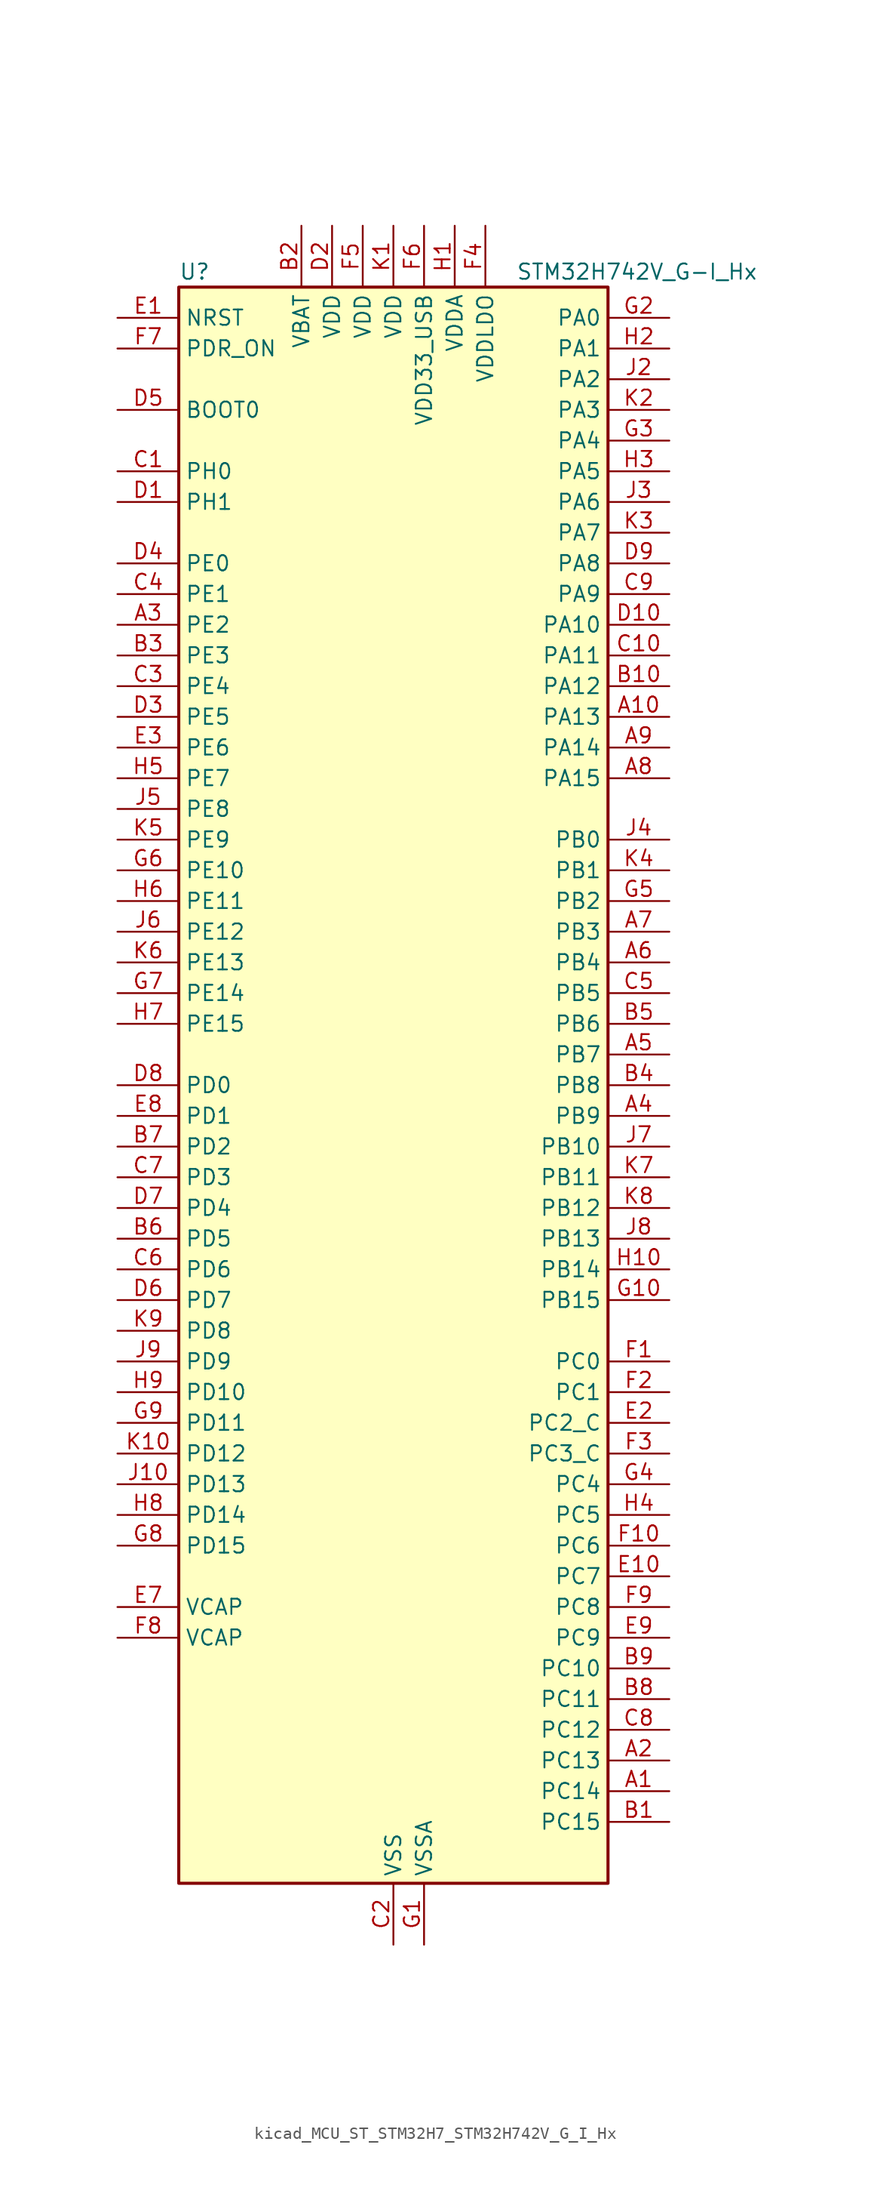
<source format=kicad_sym>
(kicad_symbol_lib
  (version 20220914)
  (generator kicad_symbol_editor)
  (symbol "kicad_MCU_ST_STM32H7_STM32H742V_G_I_Hx"
    (property "Reference" "U"
      (at -17.78 67.31 0)
      (effects (font (size 1.27 1.27)) (justify left)))
    (property "Value" "STM32H742V_G-I_Hx"
      (at 10.16 67.31 0)
      (effects (font (size 1.27 1.27)) (justify left)))
    (property "ki_locked" ""
      (at 0 0 0)
      (effects (font (size 1.27 1.27))))
    (symbol "kicad_MCU_ST_STM32H7_STM32H742V_G_I_Hx_0_1"
      (rectangle (start -17.78 -66.04) (end 17.78 66.04) (stroke (width 0.254) (type default)) (fill (type background))))
    (symbol "kicad_MCU_ST_STM32H7_STM32H742V_G_I_Hx_1_1"
      (pin bidirectional line (at 22.86 -58.42 180) (length 5.08) (name "PC14" (effects (font (size 1.27 1.27)))) (number "A1" (effects (font (size 1.27 1.27)))) (alternate "RCC_OSC32_IN" bidirectional line))
      (pin bidirectional line (at 22.86 30.48 180) (length 5.08) (name "PA13" (effects (font (size 1.27 1.27)))) (number "A10" (effects (font (size 1.27 1.27)))) (alternate "DEBUG_JTMS-SWDIO" bidirectional line))
      (pin bidirectional line (at 22.86 -55.88 180) (length 5.08) (name "PC13" (effects (font (size 1.27 1.27)))) (number "A2" (effects (font (size 1.27 1.27)))) (alternate "PWR_WKUP2" bidirectional line) (alternate "RTC_OUT_ALARM" bidirectional line) (alternate "RTC_OUT_CALIB" bidirectional line) (alternate "RTC_TAMP1" bidirectional line) (alternate "RTC_TS" bidirectional line))
      (pin bidirectional line (at -22.86 38.1 0) (length 5.08) (name "PE2" (effects (font (size 1.27 1.27)))) (number "A3" (effects (font (size 1.27 1.27)))) (alternate "DEBUG_TRACECLK" bidirectional line) (alternate "ETH_TXD3" bidirectional line) (alternate "FMC_A23" bidirectional line) (alternate "QUADSPI_BK1_IO2" bidirectional line) (alternate "SAI1_CK1" bidirectional line) (alternate "SAI1_MCLK_A" bidirectional line) (alternate "SAI4_CK1" bidirectional line) (alternate "SAI4_MCLK_A" bidirectional line) (alternate "SPI4_SCK" bidirectional line))
      (pin bidirectional line (at 22.86 -2.54 180) (length 5.08) (name "PB9" (effects (font (size 1.27 1.27)))) (number "A4" (effects (font (size 1.27 1.27)))) (alternate "DAC1_EXTI9" bidirectional line) (alternate "DCMI_D7" bidirectional line) (alternate "DFSDM1_DATIN7" bidirectional line) (alternate "FDCAN1_TX" bidirectional line) (alternate "I2C1_SDA" bidirectional line) (alternate "I2C4_SDA" bidirectional line) (alternate "I2C4_SMBA" bidirectional line) (alternate "I2S2_WS" bidirectional line) (alternate "SDMMC1_CDIR" bidirectional line) (alternate "SDMMC1_D5" bidirectional line) (alternate "SDMMC2_D5" bidirectional line) (alternate "SPI2_NSS" bidirectional line) (alternate "TIM17_CH1" bidirectional line) (alternate "TIM4_CH4" bidirectional line) (alternate "UART4_TX" bidirectional line))
      (pin bidirectional line (at 22.86 2.54 180) (length 5.08) (name "PB7" (effects (font (size 1.27 1.27)))) (number "A5" (effects (font (size 1.27 1.27)))) (alternate "DCMI_VSYNC" bidirectional line) (alternate "DFSDM1_CKIN5" bidirectional line) (alternate "FMC_NL" bidirectional line) (alternate "HRTIM_EEV9" bidirectional line) (alternate "I2C1_SDA" bidirectional line) (alternate "I2C4_SDA" bidirectional line) (alternate "LPUART1_RX" bidirectional line) (alternate "PWR_PVD_IN" bidirectional line) (alternate "TIM17_CH1N" bidirectional line) (alternate "TIM4_CH2" bidirectional line) (alternate "USART1_RX" bidirectional line))
      (pin bidirectional line (at 22.86 10.16 180) (length 5.08) (name "PB4" (effects (font (size 1.27 1.27)))) (number "A6" (effects (font (size 1.27 1.27)))) (alternate "DEBUG_JTRST" bidirectional line) (alternate "HRTIM_EEV6" bidirectional line) (alternate "I2S1_SDI" bidirectional line) (alternate "I2S2_WS" bidirectional line) (alternate "I2S3_SDI" bidirectional line) (alternate "SDMMC2_D3" bidirectional line) (alternate "SPI1_MISO" bidirectional line) (alternate "SPI2_NSS" bidirectional line) (alternate "SPI3_MISO" bidirectional line) (alternate "SPI6_MISO" bidirectional line) (alternate "TIM16_BKIN" bidirectional line) (alternate "TIM3_CH1" bidirectional line) (alternate "UART7_TX" bidirectional line))
      (pin bidirectional line (at 22.86 12.7 180) (length 5.08) (name "PB3" (effects (font (size 1.27 1.27)))) (number "A7" (effects (font (size 1.27 1.27)))) (alternate "CRS_SYNC" bidirectional line) (alternate "DEBUG_JTDO-SWO" bidirectional line) (alternate "HRTIM_FLT4" bidirectional line) (alternate "I2S1_CK" bidirectional line) (alternate "I2S3_CK" bidirectional line) (alternate "SDMMC2_D2" bidirectional line) (alternate "SPI1_SCK" bidirectional line) (alternate "SPI3_SCK" bidirectional line) (alternate "SPI6_SCK" bidirectional line) (alternate "TIM2_CH2" bidirectional line) (alternate "UART7_RX" bidirectional line))
      (pin bidirectional line (at 22.86 25.4 180) (length 5.08) (name "PA15" (effects (font (size 1.27 1.27)))) (number "A8" (effects (font (size 1.27 1.27)))) (alternate "ADC1_EXTI15" bidirectional line) (alternate "ADC2_EXTI15" bidirectional line) (alternate "ADC3_EXTI15" bidirectional line) (alternate "CEC" bidirectional line) (alternate "DEBUG_JTDI" bidirectional line) (alternate "HRTIM_FLT1" bidirectional line) (alternate "I2S1_WS" bidirectional line) (alternate "I2S3_WS" bidirectional line) (alternate "SPI1_NSS" bidirectional line) (alternate "SPI3_NSS" bidirectional line) (alternate "SPI6_NSS" bidirectional line) (alternate "TIM2_CH1" bidirectional line) (alternate "TIM2_ETR" bidirectional line) (alternate "UART4_DE" bidirectional line) (alternate "UART4_RTS" bidirectional line) (alternate "UART7_TX" bidirectional line))
      (pin bidirectional line (at 22.86 27.94 180) (length 5.08) (name "PA14" (effects (font (size 1.27 1.27)))) (number "A9" (effects (font (size 1.27 1.27)))) (alternate "DEBUG_JTCK-SWCLK" bidirectional line))
      (pin bidirectional line (at 22.86 -60.96 180) (length 5.08) (name "PC15" (effects (font (size 1.27 1.27)))) (number "B1" (effects (font (size 1.27 1.27)))) (alternate "ADC1_EXTI15" bidirectional line) (alternate "ADC2_EXTI15" bidirectional line) (alternate "ADC3_EXTI15" bidirectional line) (alternate "RCC_OSC32_OUT" bidirectional line))
      (pin bidirectional line (at 22.86 33.02 180) (length 5.08) (name "PA12" (effects (font (size 1.27 1.27)))) (number "B10" (effects (font (size 1.27 1.27)))) (alternate "FDCAN1_TX" bidirectional line) (alternate "HRTIM_CHD2" bidirectional line) (alternate "I2S2_CK" bidirectional line) (alternate "LPUART1_DE" bidirectional line) (alternate "LPUART1_RTS" bidirectional line) (alternate "SAI2_FS_B" bidirectional line) (alternate "SPI2_SCK" bidirectional line) (alternate "TIM1_ETR" bidirectional line) (alternate "UART4_TX" bidirectional line) (alternate "USART1_DE" bidirectional line) (alternate "USART1_RTS" bidirectional line) (alternate "USB_OTG_FS_DP" bidirectional line))
      (pin power_in line (at -7.62 71.12 270) (length 5.08) (name "VBAT" (effects (font (size 1.27 1.27)))) (number "B2" (effects (font (size 1.27 1.27)))))
      (pin bidirectional line (at -22.86 35.56 0) (length 5.08) (name "PE3" (effects (font (size 1.27 1.27)))) (number "B3" (effects (font (size 1.27 1.27)))) (alternate "DEBUG_TRACED0" bidirectional line) (alternate "FMC_A19" bidirectional line) (alternate "SAI1_SD_B" bidirectional line) (alternate "SAI4_SD_B" bidirectional line) (alternate "TIM15_BKIN" bidirectional line))
      (pin bidirectional line (at 22.86 0 180) (length 5.08) (name "PB8" (effects (font (size 1.27 1.27)))) (number "B4" (effects (font (size 1.27 1.27)))) (alternate "DCMI_D6" bidirectional line) (alternate "DFSDM1_CKIN7" bidirectional line) (alternate "ETH_TXD3" bidirectional line) (alternate "FDCAN1_RX" bidirectional line) (alternate "I2C1_SCL" bidirectional line) (alternate "I2C4_SCL" bidirectional line) (alternate "SDMMC1_CKIN" bidirectional line) (alternate "SDMMC1_D4" bidirectional line) (alternate "SDMMC2_D4" bidirectional line) (alternate "TIM16_CH1" bidirectional line) (alternate "TIM4_CH3" bidirectional line) (alternate "UART4_RX" bidirectional line))
      (pin bidirectional line (at 22.86 5.08 180) (length 5.08) (name "PB6" (effects (font (size 1.27 1.27)))) (number "B5" (effects (font (size 1.27 1.27)))) (alternate "CEC" bidirectional line) (alternate "DCMI_D5" bidirectional line) (alternate "DFSDM1_DATIN5" bidirectional line) (alternate "FDCAN2_TX" bidirectional line) (alternate "FMC_SDNE1" bidirectional line) (alternate "HRTIM_EEV8" bidirectional line) (alternate "I2C1_SCL" bidirectional line) (alternate "I2C4_SCL" bidirectional line) (alternate "LPUART1_TX" bidirectional line) (alternate "QUADSPI_BK1_NCS" bidirectional line) (alternate "TIM16_CH1N" bidirectional line) (alternate "TIM4_CH1" bidirectional line) (alternate "UART5_TX" bidirectional line) (alternate "USART1_TX" bidirectional line))
      (pin bidirectional line (at -22.86 -12.7 0) (length 5.08) (name "PD5" (effects (font (size 1.27 1.27)))) (number "B6" (effects (font (size 1.27 1.27)))) (alternate "FMC_NWE" bidirectional line) (alternate "HRTIM_EEV3" bidirectional line) (alternate "USART2_TX" bidirectional line))
      (pin bidirectional line (at -22.86 -5.08 0) (length 5.08) (name "PD2" (effects (font (size 1.27 1.27)))) (number "B7" (effects (font (size 1.27 1.27)))) (alternate "DCMI_D11" bidirectional line) (alternate "DEBUG_TRACED2" bidirectional line) (alternate "SDMMC1_CMD" bidirectional line) (alternate "TIM3_ETR" bidirectional line) (alternate "UART5_RX" bidirectional line))
      (pin bidirectional line (at 22.86 -50.8 180) (length 5.08) (name "PC11" (effects (font (size 1.27 1.27)))) (number "B8" (effects (font (size 1.27 1.27)))) (alternate "ADC1_EXTI11" bidirectional line) (alternate "ADC2_EXTI11" bidirectional line) (alternate "ADC3_EXTI11" bidirectional line) (alternate "DCMI_D4" bidirectional line) (alternate "DFSDM1_DATIN5" bidirectional line) (alternate "HRTIM_FLT2" bidirectional line) (alternate "I2S3_SDI" bidirectional line) (alternate "QUADSPI_BK2_NCS" bidirectional line) (alternate "SDMMC1_D3" bidirectional line) (alternate "SPI3_MISO" bidirectional line) (alternate "UART4_RX" bidirectional line) (alternate "USART3_RX" bidirectional line))
      (pin bidirectional line (at 22.86 -48.26 180) (length 5.08) (name "PC10" (effects (font (size 1.27 1.27)))) (number "B9" (effects (font (size 1.27 1.27)))) (alternate "DCMI_D8" bidirectional line) (alternate "DFSDM1_CKIN5" bidirectional line) (alternate "HRTIM_EEV1" bidirectional line) (alternate "I2S3_CK" bidirectional line) (alternate "QUADSPI_BK1_IO1" bidirectional line) (alternate "SDMMC1_D2" bidirectional line) (alternate "SPI3_SCK" bidirectional line) (alternate "UART4_TX" bidirectional line) (alternate "USART3_TX" bidirectional line))
      (pin bidirectional line (at -22.86 50.8 0) (length 5.08) (name "PH0" (effects (font (size 1.27 1.27)))) (number "C1" (effects (font (size 1.27 1.27)))) (alternate "RCC_OSC_IN" bidirectional line))
      (pin bidirectional line (at 22.86 35.56 180) (length 5.08) (name "PA11" (effects (font (size 1.27 1.27)))) (number "C10" (effects (font (size 1.27 1.27)))) (alternate "ADC1_EXTI11" bidirectional line) (alternate "ADC2_EXTI11" bidirectional line) (alternate "ADC3_EXTI11" bidirectional line) (alternate "FDCAN1_RX" bidirectional line) (alternate "HRTIM_CHD1" bidirectional line) (alternate "I2S2_WS" bidirectional line) (alternate "LPUART1_CTS" bidirectional line) (alternate "SPI2_NSS" bidirectional line) (alternate "TIM1_CH4" bidirectional line) (alternate "UART4_RX" bidirectional line) (alternate "USART1_CTS" bidirectional line) (alternate "USART1_NSS" bidirectional line) (alternate "USB_OTG_FS_DM" bidirectional line))
      (pin power_in line (at 0 -71.12 90) (length 5.08) (name "VSS" (effects (font (size 1.27 1.27)))) (number "C2" (effects (font (size 1.27 1.27)))))
      (pin bidirectional line (at -22.86 33.02 0) (length 5.08) (name "PE4" (effects (font (size 1.27 1.27)))) (number "C3" (effects (font (size 1.27 1.27)))) (alternate "DCMI_D4" bidirectional line) (alternate "DEBUG_TRACED1" bidirectional line) (alternate "DFSDM1_DATIN3" bidirectional line) (alternate "FMC_A20" bidirectional line) (alternate "SAI1_D2" bidirectional line) (alternate "SAI1_FS_A" bidirectional line) (alternate "SAI4_D2" bidirectional line) (alternate "SAI4_FS_A" bidirectional line) (alternate "SPI4_NSS" bidirectional line) (alternate "TIM15_CH1N" bidirectional line))
      (pin bidirectional line (at -22.86 40.64 0) (length 5.08) (name "PE1" (effects (font (size 1.27 1.27)))) (number "C4" (effects (font (size 1.27 1.27)))) (alternate "DCMI_D3" bidirectional line) (alternate "FMC_NBL1" bidirectional line) (alternate "HRTIM_SCOUT" bidirectional line) (alternate "LPTIM1_IN2" bidirectional line) (alternate "UART8_TX" bidirectional line))
      (pin bidirectional line (at 22.86 7.62 180) (length 5.08) (name "PB5" (effects (font (size 1.27 1.27)))) (number "C5" (effects (font (size 1.27 1.27)))) (alternate "DCMI_D10" bidirectional line) (alternate "ETH_PPS_OUT" bidirectional line) (alternate "FDCAN2_RX" bidirectional line) (alternate "FMC_SDCKE1" bidirectional line) (alternate "HRTIM_EEV7" bidirectional line) (alternate "I2C1_SMBA" bidirectional line) (alternate "I2C4_SMBA" bidirectional line) (alternate "I2S1_SDO" bidirectional line) (alternate "I2S3_SDO" bidirectional line) (alternate "SPI1_MOSI" bidirectional line) (alternate "SPI3_MOSI" bidirectional line) (alternate "SPI6_MOSI" bidirectional line) (alternate "TIM17_BKIN" bidirectional line) (alternate "TIM3_CH2" bidirectional line) (alternate "UART5_RX" bidirectional line) (alternate "USB_OTG_HS_ULPI_D7" bidirectional line))
      (pin bidirectional line (at -22.86 -15.24 0) (length 5.08) (name "PD6" (effects (font (size 1.27 1.27)))) (number "C6" (effects (font (size 1.27 1.27)))) (alternate "DCMI_D10" bidirectional line) (alternate "DFSDM1_CKIN4" bidirectional line) (alternate "DFSDM1_DATIN1" bidirectional line) (alternate "FMC_NWAIT" bidirectional line) (alternate "I2S3_SDO" bidirectional line) (alternate "SAI1_D1" bidirectional line) (alternate "SAI1_SD_A" bidirectional line) (alternate "SAI4_D1" bidirectional line) (alternate "SAI4_SD_A" bidirectional line) (alternate "SDMMC2_CK" bidirectional line) (alternate "SPI3_MOSI" bidirectional line) (alternate "USART2_RX" bidirectional line))
      (pin bidirectional line (at -22.86 -7.62 0) (length 5.08) (name "PD3" (effects (font (size 1.27 1.27)))) (number "C7" (effects (font (size 1.27 1.27)))) (alternate "DCMI_D5" bidirectional line) (alternate "DFSDM1_CKOUT" bidirectional line) (alternate "FMC_CLK" bidirectional line) (alternate "I2S2_CK" bidirectional line) (alternate "SPI2_SCK" bidirectional line) (alternate "USART2_CTS" bidirectional line) (alternate "USART2_NSS" bidirectional line))
      (pin bidirectional line (at 22.86 -53.34 180) (length 5.08) (name "PC12" (effects (font (size 1.27 1.27)))) (number "C8" (effects (font (size 1.27 1.27)))) (alternate "DCMI_D9" bidirectional line) (alternate "DEBUG_TRACED3" bidirectional line) (alternate "HRTIM_EEV2" bidirectional line) (alternate "I2S3_SDO" bidirectional line) (alternate "SDMMC1_CK" bidirectional line) (alternate "SPI3_MOSI" bidirectional line) (alternate "UART5_TX" bidirectional line) (alternate "USART3_CK" bidirectional line))
      (pin bidirectional line (at 22.86 40.64 180) (length 5.08) (name "PA9" (effects (font (size 1.27 1.27)))) (number "C9" (effects (font (size 1.27 1.27)))) (alternate "DAC1_EXTI9" bidirectional line) (alternate "DCMI_D0" bidirectional line) (alternate "HRTIM_CHC1" bidirectional line) (alternate "I2C3_SMBA" bidirectional line) (alternate "I2S2_CK" bidirectional line) (alternate "LPUART1_TX" bidirectional line) (alternate "SPI2_SCK" bidirectional line) (alternate "TIM1_CH2" bidirectional line) (alternate "USART1_TX" bidirectional line) (alternate "USB_OTG_FS_VBUS" bidirectional line))
      (pin bidirectional line (at -22.86 48.26 0) (length 5.08) (name "PH1" (effects (font (size 1.27 1.27)))) (number "D1" (effects (font (size 1.27 1.27)))) (alternate "RCC_OSC_OUT" bidirectional line))
      (pin bidirectional line (at 22.86 38.1 180) (length 5.08) (name "PA10" (effects (font (size 1.27 1.27)))) (number "D10" (effects (font (size 1.27 1.27)))) (alternate "DCMI_D1" bidirectional line) (alternate "HRTIM_CHC2" bidirectional line) (alternate "LPUART1_RX" bidirectional line) (alternate "MDIOS_MDIO" bidirectional line) (alternate "TIM1_CH3" bidirectional line) (alternate "USART1_RX" bidirectional line) (alternate "USB_OTG_FS_ID" bidirectional line))
      (pin power_in line (at -5.08 71.12 270) (length 5.08) (name "VDD" (effects (font (size 1.27 1.27)))) (number "D2" (effects (font (size 1.27 1.27)))))
      (pin bidirectional line (at -22.86 30.48 0) (length 5.08) (name "PE5" (effects (font (size 1.27 1.27)))) (number "D3" (effects (font (size 1.27 1.27)))) (alternate "DCMI_D6" bidirectional line) (alternate "DEBUG_TRACED2" bidirectional line) (alternate "DFSDM1_CKIN3" bidirectional line) (alternate "FMC_A21" bidirectional line) (alternate "SAI1_CK2" bidirectional line) (alternate "SAI1_SCK_A" bidirectional line) (alternate "SAI4_CK2" bidirectional line) (alternate "SAI4_SCK_A" bidirectional line) (alternate "SPI4_MISO" bidirectional line) (alternate "TIM15_CH1" bidirectional line))
      (pin bidirectional line (at -22.86 43.18 0) (length 5.08) (name "PE0" (effects (font (size 1.27 1.27)))) (number "D4" (effects (font (size 1.27 1.27)))) (alternate "DCMI_D2" bidirectional line) (alternate "FMC_NBL0" bidirectional line) (alternate "HRTIM_SCIN" bidirectional line) (alternate "LPTIM1_ETR" bidirectional line) (alternate "LPTIM2_ETR" bidirectional line) (alternate "SAI2_MCLK_A" bidirectional line) (alternate "TIM4_ETR" bidirectional line) (alternate "UART8_RX" bidirectional line))
      (pin input line (at -22.86 55.88 0) (length 5.08) (name "BOOT0" (effects (font (size 1.27 1.27)))) (number "D5" (effects (font (size 1.27 1.27)))))
      (pin bidirectional line (at -22.86 -17.78 0) (length 5.08) (name "PD7" (effects (font (size 1.27 1.27)))) (number "D6" (effects (font (size 1.27 1.27)))) (alternate "DFSDM1_CKIN1" bidirectional line) (alternate "DFSDM1_DATIN4" bidirectional line) (alternate "FMC_NE1" bidirectional line) (alternate "I2S1_SDO" bidirectional line) (alternate "SDMMC2_CMD" bidirectional line) (alternate "SPDIFRX1_IN0" bidirectional line) (alternate "SPI1_MOSI" bidirectional line) (alternate "USART2_CK" bidirectional line))
      (pin bidirectional line (at -22.86 -10.16 0) (length 5.08) (name "PD4" (effects (font (size 1.27 1.27)))) (number "D7" (effects (font (size 1.27 1.27)))) (alternate "FMC_NOE" bidirectional line) (alternate "HRTIM_FLT3" bidirectional line) (alternate "SAI3_FS_A" bidirectional line) (alternate "USART2_DE" bidirectional line) (alternate "USART2_RTS" bidirectional line))
      (pin bidirectional line (at -22.86 0 0) (length 5.08) (name "PD0" (effects (font (size 1.27 1.27)))) (number "D8" (effects (font (size 1.27 1.27)))) (alternate "DFSDM1_CKIN6" bidirectional line) (alternate "FDCAN1_RX" bidirectional line) (alternate "FMC_D2" bidirectional line) (alternate "FMC_DA2" bidirectional line) (alternate "SAI3_SCK_A" bidirectional line) (alternate "UART4_RX" bidirectional line))
      (pin bidirectional line (at 22.86 43.18 180) (length 5.08) (name "PA8" (effects (font (size 1.27 1.27)))) (number "D9" (effects (font (size 1.27 1.27)))) (alternate "HRTIM_CHB2" bidirectional line) (alternate "I2C3_SCL" bidirectional line) (alternate "RCC_MCO_1" bidirectional line) (alternate "TIM1_CH1" bidirectional line) (alternate "TIM8_BKIN2" bidirectional line) (alternate "TIM8_BKIN2_COMP1" bidirectional line) (alternate "TIM8_BKIN2_COMP2" bidirectional line) (alternate "UART7_RX" bidirectional line) (alternate "USART1_CK" bidirectional line) (alternate "USB_OTG_FS_SOF" bidirectional line))
      (pin input line (at -22.86 63.5 0) (length 5.08) (name "NRST" (effects (font (size 1.27 1.27)))) (number "E1" (effects (font (size 1.27 1.27)))))
      (pin bidirectional line (at 22.86 -40.64 180) (length 5.08) (name "PC7" (effects (font (size 1.27 1.27)))) (number "E10" (effects (font (size 1.27 1.27)))) (alternate "DCMI_D1" bidirectional line) (alternate "DEBUG_TRGIO" bidirectional line) (alternate "DFSDM1_DATIN3" bidirectional line) (alternate "FMC_NE1" bidirectional line) (alternate "HRTIM_CHA2" bidirectional line) (alternate "I2S3_MCK" bidirectional line) (alternate "SDMMC1_D123DIR" bidirectional line) (alternate "SDMMC1_D7" bidirectional line) (alternate "SDMMC2_D7" bidirectional line) (alternate "SWPMI1_TX" bidirectional line) (alternate "TIM3_CH2" bidirectional line) (alternate "TIM8_CH2" bidirectional line) (alternate "USART6_RX" bidirectional line))
      (pin bidirectional line (at 22.86 -27.94 180) (length 5.08) (name "PC2_C" (effects (font (size 1.27 1.27)))) (number "E2" (effects (font (size 1.27 1.27)))) (alternate "ADC3_INN1" bidirectional line) (alternate "ADC3_INP0" bidirectional line) (alternate "DFSDM1_CKIN1" bidirectional line) (alternate "DFSDM1_CKOUT" bidirectional line) (alternate "ETH_TXD2" bidirectional line) (alternate "FMC_SDNE0" bidirectional line) (alternate "I2S2_SDI" bidirectional line) (alternate "PWR_CSTOP" bidirectional line) (alternate "SPI2_MISO" bidirectional line) (alternate "USB_OTG_HS_ULPI_DIR" bidirectional line))
      (pin bidirectional line (at -22.86 27.94 0) (length 5.08) (name "PE6" (effects (font (size 1.27 1.27)))) (number "E3" (effects (font (size 1.27 1.27)))) (alternate "DCMI_D7" bidirectional line) (alternate "DEBUG_TRACED3" bidirectional line) (alternate "FMC_A22" bidirectional line) (alternate "SAI1_D1" bidirectional line) (alternate "SAI1_SD_A" bidirectional line) (alternate "SAI2_MCLK_B" bidirectional line) (alternate "SAI4_D1" bidirectional line) (alternate "SAI4_SD_A" bidirectional line) (alternate "SPI4_MOSI" bidirectional line) (alternate "TIM15_CH2" bidirectional line) (alternate "TIM1_BKIN2" bidirectional line) (alternate "TIM1_BKIN2_COMP1" bidirectional line) (alternate "TIM1_BKIN2_COMP2" bidirectional line))
      (pin passive line (at 0 -71.12 90) (length 5.08) hide (name "VSS" (effects (font (size 1.27 1.27)))) (number "E4" (effects (font (size 1.27 1.27)))))
      (pin passive line (at 0 -71.12 90) (length 5.08) hide (name "VSS" (effects (font (size 1.27 1.27)))) (number "E5" (effects (font (size 1.27 1.27)))))
      (pin passive line (at 0 -71.12 90) (length 5.08) hide (name "VSS" (effects (font (size 1.27 1.27)))) (number "E6" (effects (font (size 1.27 1.27)))))
      (pin power_out line (at -22.86 -43.18 0) (length 5.08) (name "VCAP" (effects (font (size 1.27 1.27)))) (number "E7" (effects (font (size 1.27 1.27)))))
      (pin bidirectional line (at -22.86 -2.54 0) (length 5.08) (name "PD1" (effects (font (size 1.27 1.27)))) (number "E8" (effects (font (size 1.27 1.27)))) (alternate "DFSDM1_DATIN6" bidirectional line) (alternate "FDCAN1_TX" bidirectional line) (alternate "FMC_D3" bidirectional line) (alternate "FMC_DA3" bidirectional line) (alternate "SAI3_SD_A" bidirectional line) (alternate "UART4_TX" bidirectional line))
      (pin bidirectional line (at 22.86 -45.72 180) (length 5.08) (name "PC9" (effects (font (size 1.27 1.27)))) (number "E9" (effects (font (size 1.27 1.27)))) (alternate "DAC1_EXTI9" bidirectional line) (alternate "DCMI_D3" bidirectional line) (alternate "I2C3_SDA" bidirectional line) (alternate "I2S_CKIN" bidirectional line) (alternate "QUADSPI_BK1_IO0" bidirectional line) (alternate "RCC_MCO_2" bidirectional line) (alternate "SDMMC1_D1" bidirectional line) (alternate "SWPMI1_SUSPEND" bidirectional line) (alternate "TIM3_CH4" bidirectional line) (alternate "TIM8_CH4" bidirectional line) (alternate "UART5_CTS" bidirectional line))
      (pin bidirectional line (at 22.86 -22.86 180) (length 5.08) (name "PC0" (effects (font (size 1.27 1.27)))) (number "F1" (effects (font (size 1.27 1.27)))) (alternate "ADC1_INP10" bidirectional line) (alternate "ADC2_INP10" bidirectional line) (alternate "ADC3_INP10" bidirectional line) (alternate "DFSDM1_CKIN0" bidirectional line) (alternate "DFSDM1_DATIN4" bidirectional line) (alternate "FMC_SDNWE" bidirectional line) (alternate "SAI2_FS_B" bidirectional line) (alternate "USB_OTG_HS_ULPI_STP" bidirectional line))
      (pin bidirectional line (at 22.86 -38.1 180) (length 5.08) (name "PC6" (effects (font (size 1.27 1.27)))) (number "F10" (effects (font (size 1.27 1.27)))) (alternate "DCMI_D0" bidirectional line) (alternate "DFSDM1_CKIN3" bidirectional line) (alternate "FMC_NWAIT" bidirectional line) (alternate "HRTIM_CHA1" bidirectional line) (alternate "I2S2_MCK" bidirectional line) (alternate "SDMMC1_D0DIR" bidirectional line) (alternate "SDMMC1_D6" bidirectional line) (alternate "SDMMC2_D6" bidirectional line) (alternate "SWPMI1_IO" bidirectional line) (alternate "TIM3_CH1" bidirectional line) (alternate "TIM8_CH1" bidirectional line) (alternate "USART6_TX" bidirectional line))
      (pin bidirectional line (at 22.86 -25.4 180) (length 5.08) (name "PC1" (effects (font (size 1.27 1.27)))) (number "F2" (effects (font (size 1.27 1.27)))) (alternate "ADC1_INN10" bidirectional line) (alternate "ADC1_INP11" bidirectional line) (alternate "ADC2_INN10" bidirectional line) (alternate "ADC2_INP11" bidirectional line) (alternate "ADC3_INN10" bidirectional line) (alternate "ADC3_INP11" bidirectional line) (alternate "DEBUG_TRACED0" bidirectional line) (alternate "DFSDM1_CKIN4" bidirectional line) (alternate "DFSDM1_DATIN0" bidirectional line) (alternate "ETH_MDC" bidirectional line) (alternate "I2S2_SDO" bidirectional line) (alternate "MDIOS_MDC" bidirectional line) (alternate "PWR_WKUP5" bidirectional line) (alternate "RTC_TAMP3" bidirectional line) (alternate "SAI1_D1" bidirectional line) (alternate "SAI1_SD_A" bidirectional line) (alternate "SAI4_D1" bidirectional line) (alternate "SAI4_SD_A" bidirectional line) (alternate "SDMMC2_CK" bidirectional line) (alternate "SPI2_MOSI" bidirectional line))
      (pin bidirectional line (at 22.86 -30.48 180) (length 5.08) (name "PC3_C" (effects (font (size 1.27 1.27)))) (number "F3" (effects (font (size 1.27 1.27)))) (alternate "ADC3_INP1" bidirectional line) (alternate "DFSDM1_DATIN1" bidirectional line) (alternate "ETH_TX_CLK" bidirectional line) (alternate "FMC_SDCKE0" bidirectional line) (alternate "I2S2_SDO" bidirectional line) (alternate "PWR_CSLEEP" bidirectional line) (alternate "SPI2_MOSI" bidirectional line) (alternate "USB_OTG_HS_ULPI_NXT" bidirectional line))
      (pin power_in line (at 7.62 71.12 270) (length 5.08) (name "VDDLDO" (effects (font (size 1.27 1.27)))) (number "F4" (effects (font (size 1.27 1.27)))))
      (pin power_in line (at -2.54 71.12 270) (length 5.08) (name "VDD" (effects (font (size 1.27 1.27)))) (number "F5" (effects (font (size 1.27 1.27)))))
      (pin power_in line (at 2.54 71.12 270) (length 5.08) (name "VDD33_USB" (effects (font (size 1.27 1.27)))) (number "F6" (effects (font (size 1.27 1.27)))))
      (pin input line (at -22.86 60.96 0) (length 5.08) (name "PDR_ON" (effects (font (size 1.27 1.27)))) (number "F7" (effects (font (size 1.27 1.27)))))
      (pin power_out line (at -22.86 -45.72 0) (length 5.08) (name "VCAP" (effects (font (size 1.27 1.27)))) (number "F8" (effects (font (size 1.27 1.27)))))
      (pin bidirectional line (at 22.86 -43.18 180) (length 5.08) (name "PC8" (effects (font (size 1.27 1.27)))) (number "F9" (effects (font (size 1.27 1.27)))) (alternate "DCMI_D2" bidirectional line) (alternate "DEBUG_TRACED1" bidirectional line) (alternate "FMC_NCE" bidirectional line) (alternate "FMC_NE2" bidirectional line) (alternate "HRTIM_CHB1" bidirectional line) (alternate "SDMMC1_D0" bidirectional line) (alternate "SWPMI1_RX" bidirectional line) (alternate "TIM3_CH3" bidirectional line) (alternate "TIM8_CH3" bidirectional line) (alternate "UART5_DE" bidirectional line) (alternate "UART5_RTS" bidirectional line) (alternate "USART6_CK" bidirectional line))
      (pin power_in line (at 2.54 -71.12 90) (length 5.08) (name "VSSA" (effects (font (size 1.27 1.27)))) (number "G1" (effects (font (size 1.27 1.27)))))
      (pin bidirectional line (at 22.86 -17.78 180) (length 5.08) (name "PB15" (effects (font (size 1.27 1.27)))) (number "G10" (effects (font (size 1.27 1.27)))) (alternate "ADC1_EXTI15" bidirectional line) (alternate "ADC2_EXTI15" bidirectional line) (alternate "ADC3_EXTI15" bidirectional line) (alternate "DFSDM1_CKIN2" bidirectional line) (alternate "I2S2_SDO" bidirectional line) (alternate "RTC_REFIN" bidirectional line) (alternate "SDMMC2_D1" bidirectional line) (alternate "SPI2_MOSI" bidirectional line) (alternate "TIM12_CH2" bidirectional line) (alternate "TIM1_CH3N" bidirectional line) (alternate "TIM8_CH3N" bidirectional line) (alternate "UART4_CTS" bidirectional line) (alternate "USART1_RX" bidirectional line) (alternate "USB_OTG_HS_DP" bidirectional line))
      (pin bidirectional line (at 22.86 63.5 180) (length 5.08) (name "PA0" (effects (font (size 1.27 1.27)))) (number "G2" (effects (font (size 1.27 1.27)))) (alternate "ADC1_INP16" bidirectional line) (alternate "ETH_CRS" bidirectional line) (alternate "PWR_WKUP0" bidirectional line) (alternate "SAI2_SD_B" bidirectional line) (alternate "SDMMC2_CMD" bidirectional line) (alternate "TIM15_BKIN" bidirectional line) (alternate "TIM2_CH1" bidirectional line) (alternate "TIM2_ETR" bidirectional line) (alternate "TIM5_CH1" bidirectional line) (alternate "TIM8_ETR" bidirectional line) (alternate "UART4_TX" bidirectional line) (alternate "USART2_CTS" bidirectional line) (alternate "USART2_NSS" bidirectional line))
      (pin bidirectional line (at 22.86 53.34 180) (length 5.08) (name "PA4" (effects (font (size 1.27 1.27)))) (number "G3" (effects (font (size 1.27 1.27)))) (alternate "ADC1_INP18" bidirectional line) (alternate "ADC2_INP18" bidirectional line) (alternate "DAC1_OUT1" bidirectional line) (alternate "DCMI_HSYNC" bidirectional line) (alternate "I2S1_WS" bidirectional line) (alternate "I2S3_WS" bidirectional line) (alternate "SPI1_NSS" bidirectional line) (alternate "SPI3_NSS" bidirectional line) (alternate "SPI6_NSS" bidirectional line) (alternate "TIM5_ETR" bidirectional line) (alternate "USART2_CK" bidirectional line) (alternate "USB_OTG_HS_SOF" bidirectional line))
      (pin bidirectional line (at 22.86 -33.02 180) (length 5.08) (name "PC4" (effects (font (size 1.27 1.27)))) (number "G4" (effects (font (size 1.27 1.27)))) (alternate "ADC1_INP4" bidirectional line) (alternate "ADC2_INP4" bidirectional line) (alternate "COMP1_INM" bidirectional line) (alternate "DFSDM1_CKIN2" bidirectional line) (alternate "ETH_RXD0" bidirectional line) (alternate "FMC_SDNE0" bidirectional line) (alternate "I2S1_MCK" bidirectional line) (alternate "OPAMP1_VOUT" bidirectional line) (alternate "SPDIFRX1_IN2" bidirectional line))
      (pin bidirectional line (at 22.86 15.24 180) (length 5.08) (name "PB2" (effects (font (size 1.27 1.27)))) (number "G5" (effects (font (size 1.27 1.27)))) (alternate "COMP1_INP" bidirectional line) (alternate "DFSDM1_CKIN1" bidirectional line) (alternate "I2S3_SDO" bidirectional line) (alternate "QUADSPI_CLK" bidirectional line) (alternate "RTC_OUT_ALARM" bidirectional line) (alternate "RTC_OUT_CALIB" bidirectional line) (alternate "SAI1_D1" bidirectional line) (alternate "SAI1_SD_A" bidirectional line) (alternate "SAI4_D1" bidirectional line) (alternate "SAI4_SD_A" bidirectional line) (alternate "SPI3_MOSI" bidirectional line))
      (pin bidirectional line (at -22.86 17.78 0) (length 5.08) (name "PE10" (effects (font (size 1.27 1.27)))) (number "G6" (effects (font (size 1.27 1.27)))) (alternate "COMP2_INM" bidirectional line) (alternate "DFSDM1_DATIN4" bidirectional line) (alternate "FMC_D7" bidirectional line) (alternate "FMC_DA7" bidirectional line) (alternate "QUADSPI_BK2_IO3" bidirectional line) (alternate "TIM1_CH2N" bidirectional line) (alternate "UART7_CTS" bidirectional line))
      (pin bidirectional line (at -22.86 7.62 0) (length 5.08) (name "PE14" (effects (font (size 1.27 1.27)))) (number "G7" (effects (font (size 1.27 1.27)))) (alternate "FMC_D11" bidirectional line) (alternate "FMC_DA11" bidirectional line) (alternate "SAI2_MCLK_B" bidirectional line) (alternate "SPI4_MOSI" bidirectional line) (alternate "TIM1_CH4" bidirectional line))
      (pin bidirectional line (at -22.86 -38.1 0) (length 5.08) (name "PD15" (effects (font (size 1.27 1.27)))) (number "G8" (effects (font (size 1.27 1.27)))) (alternate "ADC1_EXTI15" bidirectional line) (alternate "ADC2_EXTI15" bidirectional line) (alternate "ADC3_EXTI15" bidirectional line) (alternate "FMC_D1" bidirectional line) (alternate "FMC_DA1" bidirectional line) (alternate "SAI3_MCLK_A" bidirectional line) (alternate "TIM4_CH4" bidirectional line) (alternate "UART8_DE" bidirectional line) (alternate "UART8_RTS" bidirectional line))
      (pin bidirectional line (at -22.86 -27.94 0) (length 5.08) (name "PD11" (effects (font (size 1.27 1.27)))) (number "G9" (effects (font (size 1.27 1.27)))) (alternate "ADC1_EXTI11" bidirectional line) (alternate "ADC2_EXTI11" bidirectional line) (alternate "ADC3_EXTI11" bidirectional line) (alternate "FMC_A16" bidirectional line) (alternate "FMC_CLE" bidirectional line) (alternate "I2C4_SMBA" bidirectional line) (alternate "LPTIM2_IN2" bidirectional line) (alternate "QUADSPI_BK1_IO0" bidirectional line) (alternate "SAI2_SD_A" bidirectional line) (alternate "USART3_CTS" bidirectional line) (alternate "USART3_NSS" bidirectional line))
      (pin power_in line (at 5.08 71.12 270) (length 5.08) (name "VDDA" (effects (font (size 1.27 1.27)))) (number "H1" (effects (font (size 1.27 1.27)))))
      (pin bidirectional line (at 22.86 -15.24 180) (length 5.08) (name "PB14" (effects (font (size 1.27 1.27)))) (number "H10" (effects (font (size 1.27 1.27)))) (alternate "DFSDM1_DATIN2" bidirectional line) (alternate "I2S2_SDI" bidirectional line) (alternate "SDMMC2_D0" bidirectional line) (alternate "SPI2_MISO" bidirectional line) (alternate "TIM12_CH1" bidirectional line) (alternate "TIM1_CH2N" bidirectional line) (alternate "TIM8_CH2N" bidirectional line) (alternate "UART4_DE" bidirectional line) (alternate "UART4_RTS" bidirectional line) (alternate "USART1_TX" bidirectional line) (alternate "USART3_DE" bidirectional line) (alternate "USART3_RTS" bidirectional line) (alternate "USB_OTG_HS_DM" bidirectional line))
      (pin bidirectional line (at 22.86 60.96 180) (length 5.08) (name "PA1" (effects (font (size 1.27 1.27)))) (number "H2" (effects (font (size 1.27 1.27)))) (alternate "ADC1_INN16" bidirectional line) (alternate "ADC1_INP17" bidirectional line) (alternate "ETH_REF_CLK" bidirectional line) (alternate "ETH_RX_CLK" bidirectional line) (alternate "LPTIM3_OUT" bidirectional line) (alternate "QUADSPI_BK1_IO3" bidirectional line) (alternate "SAI2_MCLK_B" bidirectional line) (alternate "TIM15_CH1N" bidirectional line) (alternate "TIM2_CH2" bidirectional line) (alternate "TIM5_CH2" bidirectional line) (alternate "UART4_RX" bidirectional line) (alternate "USART2_DE" bidirectional line) (alternate "USART2_RTS" bidirectional line))
      (pin bidirectional line (at 22.86 50.8 180) (length 5.08) (name "PA5" (effects (font (size 1.27 1.27)))) (number "H3" (effects (font (size 1.27 1.27)))) (alternate "ADC1_INN18" bidirectional line) (alternate "ADC1_INP19" bidirectional line) (alternate "ADC2_INN18" bidirectional line) (alternate "ADC2_INP19" bidirectional line) (alternate "DAC1_OUT2" bidirectional line) (alternate "I2S1_CK" bidirectional line) (alternate "PWR_NDSTOP2" bidirectional line) (alternate "SPI1_SCK" bidirectional line) (alternate "SPI6_SCK" bidirectional line) (alternate "TIM2_CH1" bidirectional line) (alternate "TIM2_ETR" bidirectional line) (alternate "TIM8_CH1N" bidirectional line) (alternate "USB_OTG_HS_ULPI_CK" bidirectional line))
      (pin bidirectional line (at 22.86 -35.56 180) (length 5.08) (name "PC5" (effects (font (size 1.27 1.27)))) (number "H4" (effects (font (size 1.27 1.27)))) (alternate "ADC1_INN4" bidirectional line) (alternate "ADC1_INP8" bidirectional line) (alternate "ADC2_INN4" bidirectional line) (alternate "ADC2_INP8" bidirectional line) (alternate "COMP1_OUT" bidirectional line) (alternate "DFSDM1_DATIN2" bidirectional line) (alternate "ETH_RXD1" bidirectional line) (alternate "FMC_SDCKE0" bidirectional line) (alternate "OPAMP1_VINM" bidirectional line) (alternate "OPAMP1_VINM0" bidirectional line) (alternate "SAI1_D3" bidirectional line) (alternate "SAI4_D3" bidirectional line) (alternate "SPDIFRX1_IN3" bidirectional line))
      (pin bidirectional line (at -22.86 25.4 0) (length 5.08) (name "PE7" (effects (font (size 1.27 1.27)))) (number "H5" (effects (font (size 1.27 1.27)))) (alternate "COMP2_INM" bidirectional line) (alternate "DFSDM1_DATIN2" bidirectional line) (alternate "FMC_D4" bidirectional line) (alternate "FMC_DA4" bidirectional line) (alternate "OPAMP2_VOUT" bidirectional line) (alternate "QUADSPI_BK2_IO0" bidirectional line) (alternate "TIM1_ETR" bidirectional line) (alternate "UART7_RX" bidirectional line))
      (pin bidirectional line (at -22.86 15.24 0) (length 5.08) (name "PE11" (effects (font (size 1.27 1.27)))) (number "H6" (effects (font (size 1.27 1.27)))) (alternate "ADC1_EXTI11" bidirectional line) (alternate "ADC2_EXTI11" bidirectional line) (alternate "ADC3_EXTI11" bidirectional line) (alternate "COMP2_INP" bidirectional line) (alternate "DFSDM1_CKIN4" bidirectional line) (alternate "FMC_D8" bidirectional line) (alternate "FMC_DA8" bidirectional line) (alternate "SAI2_SD_B" bidirectional line) (alternate "SPI4_NSS" bidirectional line) (alternate "TIM1_CH2" bidirectional line))
      (pin bidirectional line (at -22.86 5.08 0) (length 5.08) (name "PE15" (effects (font (size 1.27 1.27)))) (number "H7" (effects (font (size 1.27 1.27)))) (alternate "ADC1_EXTI15" bidirectional line) (alternate "ADC2_EXTI15" bidirectional line) (alternate "ADC3_EXTI15" bidirectional line) (alternate "FMC_D12" bidirectional line) (alternate "FMC_DA12" bidirectional line) (alternate "TIM1_BKIN" bidirectional line) (alternate "TIM1_BKIN_COMP1" bidirectional line) (alternate "TIM1_BKIN_COMP2" bidirectional line))
      (pin bidirectional line (at -22.86 -35.56 0) (length 5.08) (name "PD14" (effects (font (size 1.27 1.27)))) (number "H8" (effects (font (size 1.27 1.27)))) (alternate "FMC_D0" bidirectional line) (alternate "FMC_DA0" bidirectional line) (alternate "SAI3_MCLK_B" bidirectional line) (alternate "TIM4_CH3" bidirectional line) (alternate "UART8_CTS" bidirectional line))
      (pin bidirectional line (at -22.86 -25.4 0) (length 5.08) (name "PD10" (effects (font (size 1.27 1.27)))) (number "H9" (effects (font (size 1.27 1.27)))) (alternate "DFSDM1_CKOUT" bidirectional line) (alternate "FMC_D15" bidirectional line) (alternate "FMC_DA15" bidirectional line) (alternate "SAI3_FS_B" bidirectional line) (alternate "USART3_CK" bidirectional line))
      (pin passive line (at 0 -71.12 90) (length 5.08) hide (name "VSS" (effects (font (size 1.27 1.27)))) (number "J1" (effects (font (size 1.27 1.27)))))
      (pin bidirectional line (at -22.86 -33.02 0) (length 5.08) (name "PD13" (effects (font (size 1.27 1.27)))) (number "J10" (effects (font (size 1.27 1.27)))) (alternate "FMC_A18" bidirectional line) (alternate "I2C4_SDA" bidirectional line) (alternate "LPTIM1_OUT" bidirectional line) (alternate "QUADSPI_BK1_IO3" bidirectional line) (alternate "SAI2_SCK_A" bidirectional line) (alternate "TIM4_CH2" bidirectional line))
      (pin bidirectional line (at 22.86 58.42 180) (length 5.08) (name "PA2" (effects (font (size 1.27 1.27)))) (number "J2" (effects (font (size 1.27 1.27)))) (alternate "ADC1_INP14" bidirectional line) (alternate "ADC2_INP14" bidirectional line) (alternate "ETH_MDIO" bidirectional line) (alternate "LPTIM4_OUT" bidirectional line) (alternate "MDIOS_MDIO" bidirectional line) (alternate "PWR_WKUP1" bidirectional line) (alternate "SAI2_SCK_B" bidirectional line) (alternate "TIM15_CH1" bidirectional line) (alternate "TIM2_CH3" bidirectional line) (alternate "TIM5_CH3" bidirectional line) (alternate "USART2_TX" bidirectional line))
      (pin bidirectional line (at 22.86 48.26 180) (length 5.08) (name "PA6" (effects (font (size 1.27 1.27)))) (number "J3" (effects (font (size 1.27 1.27)))) (alternate "ADC1_INP3" bidirectional line) (alternate "ADC2_INP3" bidirectional line) (alternate "DCMI_PIXCLK" bidirectional line) (alternate "I2S1_SDI" bidirectional line) (alternate "MDIOS_MDC" bidirectional line) (alternate "SPI1_MISO" bidirectional line) (alternate "SPI6_MISO" bidirectional line) (alternate "TIM13_CH1" bidirectional line) (alternate "TIM1_BKIN" bidirectional line) (alternate "TIM1_BKIN_COMP1" bidirectional line) (alternate "TIM1_BKIN_COMP2" bidirectional line) (alternate "TIM3_CH1" bidirectional line) (alternate "TIM8_BKIN" bidirectional line) (alternate "TIM8_BKIN_COMP1" bidirectional line) (alternate "TIM8_BKIN_COMP2" bidirectional line))
      (pin bidirectional line (at 22.86 20.32 180) (length 5.08) (name "PB0" (effects (font (size 1.27 1.27)))) (number "J4" (effects (font (size 1.27 1.27)))) (alternate "ADC1_INN5" bidirectional line) (alternate "ADC1_INP9" bidirectional line) (alternate "ADC2_INN5" bidirectional line) (alternate "ADC2_INP9" bidirectional line) (alternate "COMP1_INP" bidirectional line) (alternate "DFSDM1_CKOUT" bidirectional line) (alternate "ETH_RXD2" bidirectional line) (alternate "OPAMP1_VINP" bidirectional line) (alternate "TIM1_CH2N" bidirectional line) (alternate "TIM3_CH3" bidirectional line) (alternate "TIM8_CH2N" bidirectional line) (alternate "UART4_CTS" bidirectional line) (alternate "USB_OTG_HS_ULPI_D1" bidirectional line))
      (pin bidirectional line (at -22.86 22.86 0) (length 5.08) (name "PE8" (effects (font (size 1.27 1.27)))) (number "J5" (effects (font (size 1.27 1.27)))) (alternate "COMP2_OUT" bidirectional line) (alternate "DFSDM1_CKIN2" bidirectional line) (alternate "FMC_D5" bidirectional line) (alternate "FMC_DA5" bidirectional line) (alternate "OPAMP2_VINM" bidirectional line) (alternate "OPAMP2_VINM0" bidirectional line) (alternate "QUADSPI_BK2_IO1" bidirectional line) (alternate "TIM1_CH1N" bidirectional line) (alternate "UART7_TX" bidirectional line))
      (pin bidirectional line (at -22.86 12.7 0) (length 5.08) (name "PE12" (effects (font (size 1.27 1.27)))) (number "J6" (effects (font (size 1.27 1.27)))) (alternate "COMP1_OUT" bidirectional line) (alternate "DFSDM1_DATIN5" bidirectional line) (alternate "FMC_D9" bidirectional line) (alternate "FMC_DA9" bidirectional line) (alternate "SAI2_SCK_B" bidirectional line) (alternate "SPI4_SCK" bidirectional line) (alternate "TIM1_CH3N" bidirectional line))
      (pin bidirectional line (at 22.86 -5.08 180) (length 5.08) (name "PB10" (effects (font (size 1.27 1.27)))) (number "J7" (effects (font (size 1.27 1.27)))) (alternate "DFSDM1_DATIN7" bidirectional line) (alternate "ETH_RX_ER" bidirectional line) (alternate "HRTIM_SCOUT" bidirectional line) (alternate "I2C2_SCL" bidirectional line) (alternate "I2S2_CK" bidirectional line) (alternate "LPTIM2_IN1" bidirectional line) (alternate "QUADSPI_BK1_NCS" bidirectional line) (alternate "SPI2_SCK" bidirectional line) (alternate "TIM2_CH3" bidirectional line) (alternate "USART3_TX" bidirectional line) (alternate "USB_OTG_HS_ULPI_D3" bidirectional line))
      (pin bidirectional line (at 22.86 -12.7 180) (length 5.08) (name "PB13" (effects (font (size 1.27 1.27)))) (number "J8" (effects (font (size 1.27 1.27)))) (alternate "DFSDM1_CKIN1" bidirectional line) (alternate "ETH_TXD1" bidirectional line) (alternate "FDCAN2_TX" bidirectional line) (alternate "I2S2_CK" bidirectional line) (alternate "LPTIM2_OUT" bidirectional line) (alternate "SPI2_SCK" bidirectional line) (alternate "TIM1_CH1N" bidirectional line) (alternate "UART5_TX" bidirectional line) (alternate "USART3_CTS" bidirectional line) (alternate "USART3_NSS" bidirectional line) (alternate "USB_OTG_HS_ULPI_D6" bidirectional line) (alternate "USB_OTG_HS_VBUS" bidirectional line))
      (pin bidirectional line (at -22.86 -22.86 0) (length 5.08) (name "PD9" (effects (font (size 1.27 1.27)))) (number "J9" (effects (font (size 1.27 1.27)))) (alternate "DAC1_EXTI9" bidirectional line) (alternate "DFSDM1_DATIN3" bidirectional line) (alternate "FMC_D14" bidirectional line) (alternate "FMC_DA14" bidirectional line) (alternate "SAI3_SD_B" bidirectional line) (alternate "USART3_RX" bidirectional line))
      (pin power_in line (at 0 71.12 270) (length 5.08) (name "VDD" (effects (font (size 1.27 1.27)))) (number "K1" (effects (font (size 1.27 1.27)))))
      (pin bidirectional line (at -22.86 -30.48 0) (length 5.08) (name "PD12" (effects (font (size 1.27 1.27)))) (number "K10" (effects (font (size 1.27 1.27)))) (alternate "FMC_A17" bidirectional line) (alternate "FMC_ALE" bidirectional line) (alternate "I2C4_SCL" bidirectional line) (alternate "LPTIM1_IN1" bidirectional line) (alternate "LPTIM2_IN1" bidirectional line) (alternate "QUADSPI_BK1_IO1" bidirectional line) (alternate "SAI2_FS_A" bidirectional line) (alternate "TIM4_CH1" bidirectional line) (alternate "USART3_DE" bidirectional line) (alternate "USART3_RTS" bidirectional line))
      (pin bidirectional line (at 22.86 55.88 180) (length 5.08) (name "PA3" (effects (font (size 1.27 1.27)))) (number "K2" (effects (font (size 1.27 1.27)))) (alternate "ADC1_INP15" bidirectional line) (alternate "ADC2_INP15" bidirectional line) (alternate "ETH_COL" bidirectional line) (alternate "LPTIM5_OUT" bidirectional line) (alternate "TIM15_CH2" bidirectional line) (alternate "TIM2_CH4" bidirectional line) (alternate "TIM5_CH4" bidirectional line) (alternate "USART2_RX" bidirectional line) (alternate "USB_OTG_HS_ULPI_D0" bidirectional line))
      (pin bidirectional line (at 22.86 45.72 180) (length 5.08) (name "PA7" (effects (font (size 1.27 1.27)))) (number "K3" (effects (font (size 1.27 1.27)))) (alternate "ADC1_INN3" bidirectional line) (alternate "ADC1_INP7" bidirectional line) (alternate "ADC2_INN3" bidirectional line) (alternate "ADC2_INP7" bidirectional line) (alternate "ETH_CRS_DV" bidirectional line) (alternate "ETH_RX_DV" bidirectional line) (alternate "FMC_SDNWE" bidirectional line) (alternate "I2S1_SDO" bidirectional line) (alternate "OPAMP1_VINM" bidirectional line) (alternate "OPAMP1_VINM1" bidirectional line) (alternate "SPI1_MOSI" bidirectional line) (alternate "SPI6_MOSI" bidirectional line) (alternate "TIM14_CH1" bidirectional line) (alternate "TIM1_CH1N" bidirectional line) (alternate "TIM3_CH2" bidirectional line) (alternate "TIM8_CH1N" bidirectional line))
      (pin bidirectional line (at 22.86 17.78 180) (length 5.08) (name "PB1" (effects (font (size 1.27 1.27)))) (number "K4" (effects (font (size 1.27 1.27)))) (alternate "ADC1_INP5" bidirectional line) (alternate "ADC2_INP5" bidirectional line) (alternate "COMP1_INM" bidirectional line) (alternate "DFSDM1_DATIN1" bidirectional line) (alternate "ETH_RXD3" bidirectional line) (alternate "TIM1_CH3N" bidirectional line) (alternate "TIM3_CH4" bidirectional line) (alternate "TIM8_CH3N" bidirectional line) (alternate "USB_OTG_HS_ULPI_D2" bidirectional line))
      (pin bidirectional line (at -22.86 20.32 0) (length 5.08) (name "PE9" (effects (font (size 1.27 1.27)))) (number "K5" (effects (font (size 1.27 1.27)))) (alternate "COMP2_INP" bidirectional line) (alternate "DAC1_EXTI9" bidirectional line) (alternate "DFSDM1_CKOUT" bidirectional line) (alternate "FMC_D6" bidirectional line) (alternate "FMC_DA6" bidirectional line) (alternate "OPAMP2_VINP" bidirectional line) (alternate "QUADSPI_BK2_IO2" bidirectional line) (alternate "TIM1_CH1" bidirectional line) (alternate "UART7_DE" bidirectional line) (alternate "UART7_RTS" bidirectional line))
      (pin bidirectional line (at -22.86 10.16 0) (length 5.08) (name "PE13" (effects (font (size 1.27 1.27)))) (number "K6" (effects (font (size 1.27 1.27)))) (alternate "COMP2_OUT" bidirectional line) (alternate "DFSDM1_CKIN5" bidirectional line) (alternate "FMC_D10" bidirectional line) (alternate "FMC_DA10" bidirectional line) (alternate "SAI2_FS_B" bidirectional line) (alternate "SPI4_MISO" bidirectional line) (alternate "TIM1_CH3" bidirectional line))
      (pin bidirectional line (at 22.86 -7.62 180) (length 5.08) (name "PB11" (effects (font (size 1.27 1.27)))) (number "K7" (effects (font (size 1.27 1.27)))) (alternate "ADC1_EXTI11" bidirectional line) (alternate "ADC2_EXTI11" bidirectional line) (alternate "ADC3_EXTI11" bidirectional line) (alternate "DFSDM1_CKIN7" bidirectional line) (alternate "ETH_TX_EN" bidirectional line) (alternate "HRTIM_SCIN" bidirectional line) (alternate "I2C2_SDA" bidirectional line) (alternate "LPTIM2_ETR" bidirectional line) (alternate "TIM2_CH4" bidirectional line) (alternate "USART3_RX" bidirectional line) (alternate "USB_OTG_HS_ULPI_D4" bidirectional line))
      (pin bidirectional line (at 22.86 -10.16 180) (length 5.08) (name "PB12" (effects (font (size 1.27 1.27)))) (number "K8" (effects (font (size 1.27 1.27)))) (alternate "DFSDM1_DATIN1" bidirectional line) (alternate "ETH_TXD0" bidirectional line) (alternate "FDCAN2_RX" bidirectional line) (alternate "I2C2_SMBA" bidirectional line) (alternate "I2S2_WS" bidirectional line) (alternate "SPI2_NSS" bidirectional line) (alternate "TIM1_BKIN" bidirectional line) (alternate "TIM1_BKIN_COMP1" bidirectional line) (alternate "TIM1_BKIN_COMP2" bidirectional line) (alternate "UART5_RX" bidirectional line) (alternate "USART3_CK" bidirectional line) (alternate "USB_OTG_HS_ID" bidirectional line) (alternate "USB_OTG_HS_ULPI_D5" bidirectional line))
      (pin bidirectional line (at -22.86 -20.32 0) (length 5.08) (name "PD8" (effects (font (size 1.27 1.27)))) (number "K9" (effects (font (size 1.27 1.27)))) (alternate "DFSDM1_CKIN3" bidirectional line) (alternate "FMC_D13" bidirectional line) (alternate "FMC_DA13" bidirectional line) (alternate "SAI3_SCK_B" bidirectional line) (alternate "SPDIFRX1_IN1" bidirectional line) (alternate "USART3_TX" bidirectional line)))))
</source>
